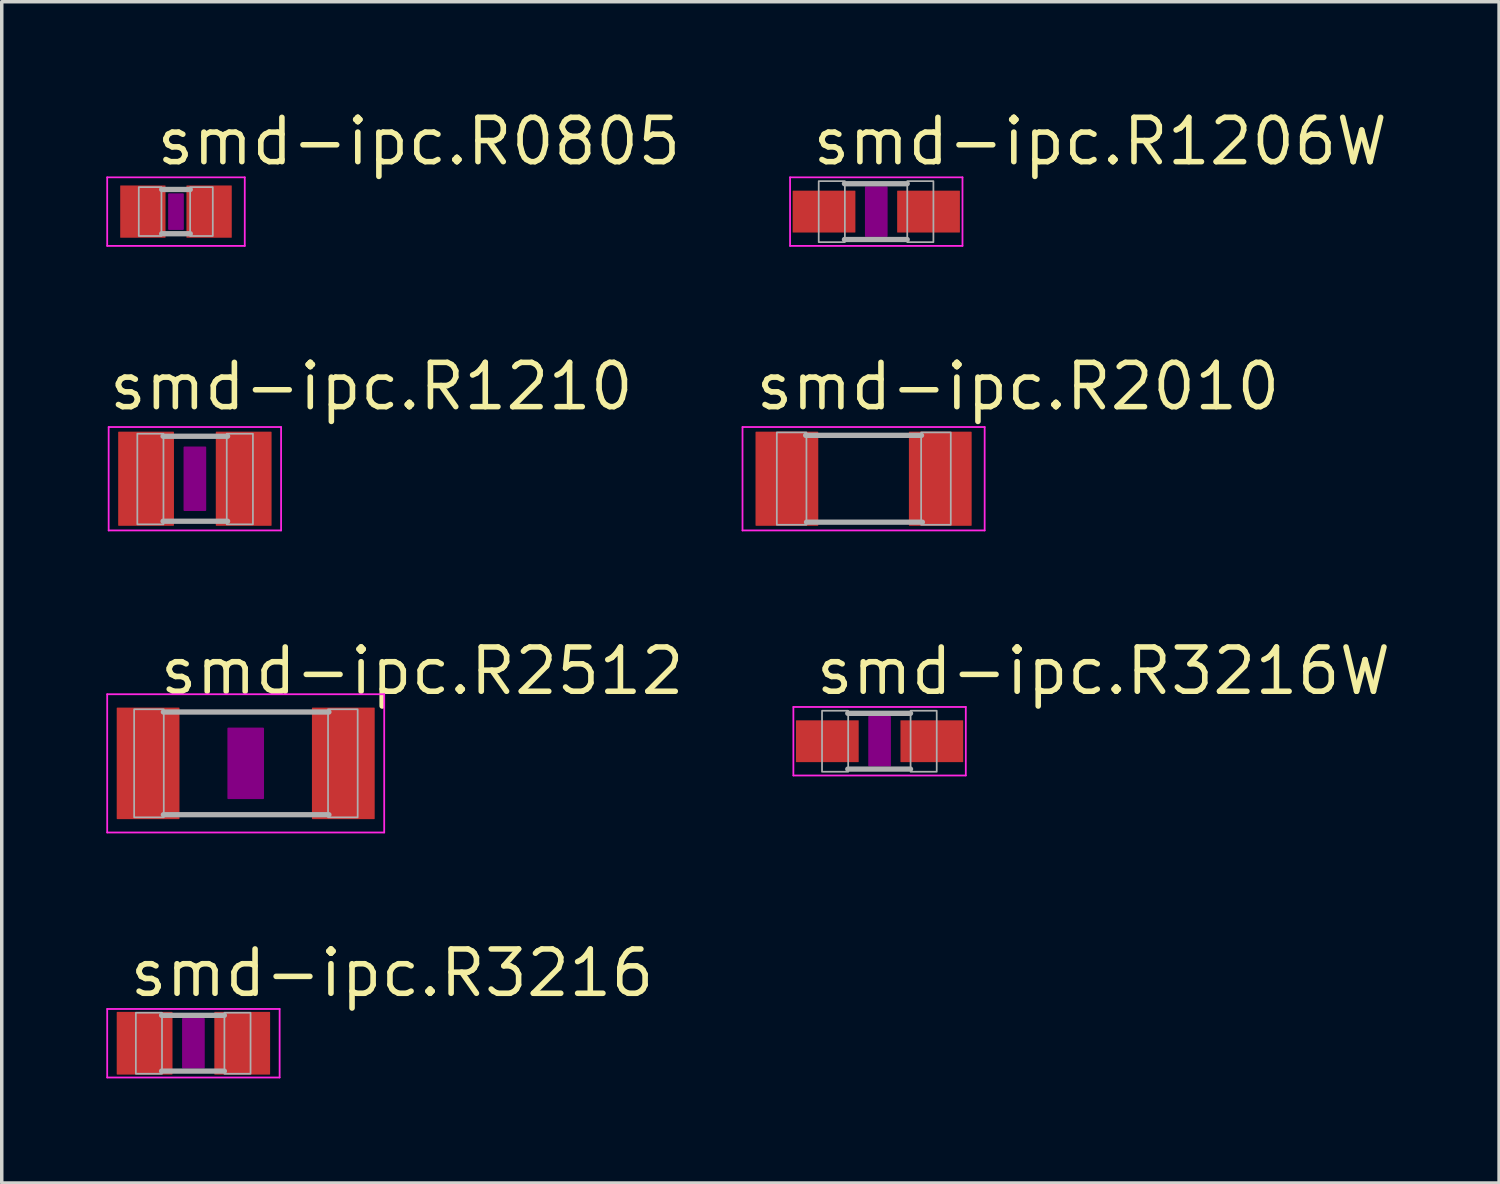
<source format=kicad_pcb>
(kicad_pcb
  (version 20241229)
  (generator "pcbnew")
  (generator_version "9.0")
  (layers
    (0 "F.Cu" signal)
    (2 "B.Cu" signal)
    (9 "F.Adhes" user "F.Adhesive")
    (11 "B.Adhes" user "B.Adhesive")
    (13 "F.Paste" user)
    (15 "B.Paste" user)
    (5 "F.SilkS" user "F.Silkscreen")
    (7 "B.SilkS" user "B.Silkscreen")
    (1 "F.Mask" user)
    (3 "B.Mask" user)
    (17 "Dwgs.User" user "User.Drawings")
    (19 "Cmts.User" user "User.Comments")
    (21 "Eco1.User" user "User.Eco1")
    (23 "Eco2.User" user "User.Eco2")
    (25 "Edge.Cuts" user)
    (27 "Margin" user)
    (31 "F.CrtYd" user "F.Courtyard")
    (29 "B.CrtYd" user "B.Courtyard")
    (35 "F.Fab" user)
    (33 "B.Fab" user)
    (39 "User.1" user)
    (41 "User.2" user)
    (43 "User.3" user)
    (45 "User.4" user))
  (footprint "smd-ipc.R2512"
    (layer "F.Cu")
    (at 3.998 18.847)
    (property "Reference" "smd-ipc.R2512" (at -2.54 -1.905 0) (layer "F.SilkS") (effects (font (size 1.27 1.27) (thickness 0.16)) (justify left bottom)))
    (attr smd)
    (fp_rect (start -0.5 1) (end 0.5 -1) (stroke (width 0.05) (type default)) (fill yes) (layer "F.Adhes"))
    (fp_line (start -3.973 -1.983) (end 3.973 -1.983) (stroke (width 0.051) (type default)) (layer "F.CrtYd"))
    (fp_line (start -3.973 1.983) (end -3.973 -1.983) (stroke (width 0.051) (type default)) (layer "F.CrtYd"))
    (fp_line (start 3.973 -1.983) (end 3.973 1.983) (stroke (width 0.051) (type default)) (layer "F.CrtYd"))
    (fp_line (start 3.973 1.983) (end -3.973 1.983) (stroke (width 0.051) (type default)) (layer "F.CrtYd"))
    (fp_line (start -2.362 -1.473) (end 2.387 -1.473) (stroke (width 0.152) (type default)) (layer "F.Fab"))
    (fp_line (start -2.362 1.473) (end 2.387 1.473) (stroke (width 0.152) (type default)) (layer "F.Fab"))
    (fp_rect (start -3.2 1.549) (end -2.35 -1.551) (stroke (width 0.05) (type default)) (fill no) (layer "F.Fab"))
    (fp_rect (start 2.362 1.549) (end 3.212 -1.551) (stroke (width 0.05) (type default)) (fill no) (layer "F.Fab"))
    (pad "1" smd roundrect (at -2.8 0) (size 1.8 3.2) (layers "F.Cu" "F.Mask" "F.Paste") (roundrect_rratio 0.01))
    (pad "2" smd roundrect (at 2.8 0) (size 1.8 3.2) (layers "F.Cu" "F.Mask" "F.Paste") (roundrect_rratio 0.01)))
  (footprint "smd-ipc.R0805"
    (layer "F.Cu")
    (at 1.998 3.02)
    (property "Reference" "smd-ipc.R0805" (at -0.635 -1.27 0) (layer "F.SilkS") (effects (font (size 1.27 1.27) (thickness 0.16)) (justify left bottom)))
    (attr smd)
    (fp_rect (start -0.2 0.5) (end 0.2 -0.5) (stroke (width 0.05) (type default)) (fill yes) (layer "F.Adhes"))
    (fp_line (start -1.973 -0.983) (end 1.973 -0.983) (stroke (width 0.051) (type default)) (layer "F.CrtYd"))
    (fp_line (start -1.973 0.983) (end -1.973 -0.983) (stroke (width 0.051) (type default)) (layer "F.CrtYd"))
    (fp_line (start 1.973 -0.983) (end 1.973 0.983) (stroke (width 0.051) (type default)) (layer "F.CrtYd"))
    (fp_line (start 1.973 0.983) (end -1.973 0.983) (stroke (width 0.051) (type default)) (layer "F.CrtYd"))
    (fp_line (start -0.41 -0.635) (end 0.41 -0.635) (stroke (width 0.152) (type default)) (layer "F.Fab"))
    (fp_line (start -0.41 0.635) (end 0.41 0.635) (stroke (width 0.152) (type default)) (layer "F.Fab"))
    (fp_rect (start -1.067 0.699) (end -0.417 -0.702) (stroke (width 0.05) (type default)) (fill no) (layer "F.Fab"))
    (fp_rect (start 0.406 0.699) (end 1.056 -0.702) (stroke (width 0.05) (type default)) (fill no) (layer "F.Fab"))
    (pad "1" smd roundrect (at -0.95 0) (size 1.3 1.5) (layers "F.Cu" "F.Mask" "F.Paste") (roundrect_rratio 0.01))
    (pad "2" smd roundrect (at 0.95 0) (size 1.3 1.5) (layers "F.Cu" "F.Mask" "F.Paste") (roundrect_rratio 0.01)))
  (footprint "smd-ipc.R2010"
    (layer "F.Cu")
    (at 21.722 10.683)
    (property "Reference" "smd-ipc.R2010" (at -3.175 -1.905 0) (layer "F.SilkS") (effects (font (size 1.27 1.27) (thickness 0.16)) (justify left bottom)))
    (attr smd)
    (fp_line (start -3.473 -1.483) (end 3.473 -1.483) (stroke (width 0.051) (type default)) (layer "F.CrtYd"))
    (fp_line (start -3.473 1.483) (end -3.473 -1.483) (stroke (width 0.051) (type default)) (layer "F.CrtYd"))
    (fp_line (start 3.473 -1.483) (end 3.473 1.483) (stroke (width 0.051) (type default)) (layer "F.CrtYd"))
    (fp_line (start 3.473 1.483) (end -3.473 1.483) (stroke (width 0.051) (type default)) (layer "F.CrtYd"))
    (fp_line (start -1.662 -1.245) (end 1.662 -1.245) (stroke (width 0.152) (type default)) (layer "F.Fab"))
    (fp_line (start -1.637 1.245) (end 1.687 1.245) (stroke (width 0.152) (type default)) (layer "F.Fab"))
    (fp_rect (start -2.489 1.321) (end -1.639 -1.329) (stroke (width 0.05) (type default)) (fill no) (layer "F.Fab"))
    (fp_rect (start 1.651 1.321) (end 2.501 -1.329) (stroke (width 0.05) (type default)) (fill no) (layer "F.Fab"))
    (pad "1" smd roundrect (at -2.2 0) (size 1.8 2.7) (layers "F.Cu" "F.Mask" "F.Paste") (roundrect_rratio 0.01))
    (pad "2" smd roundrect (at 2.2 0) (size 1.8 2.7) (layers "F.Cu" "F.Mask" "F.Paste") (roundrect_rratio 0.01)))
  (footprint "smd-ipc.R3216W"
    (layer "F.Cu")
    (at 22.181 18.212)
    (property "Reference" "smd-ipc.R3216W" (at -1.905 -1.27 0) (layer "F.SilkS") (effects (font (size 1.27 1.27) (thickness 0.16)) (justify left bottom)))
    (attr smd)
    (fp_rect (start -0.3 0.7) (end 0.3 -0.7) (stroke (width 0.05) (type default)) (fill yes) (layer "F.Adhes"))
    (fp_line (start -2.473 -0.983) (end 2.473 -0.983) (stroke (width 0.051) (type default)) (layer "F.CrtYd"))
    (fp_line (start -2.473 0.983) (end -2.473 -0.983) (stroke (width 0.051) (type default)) (layer "F.CrtYd"))
    (fp_line (start 2.473 -0.983) (end 2.473 0.983) (stroke (width 0.051) (type default)) (layer "F.CrtYd"))
    (fp_line (start 2.473 0.983) (end -2.473 0.983) (stroke (width 0.051) (type default)) (layer "F.CrtYd"))
    (fp_line (start -0.913 -0.8) (end 0.888 -0.8) (stroke (width 0.152) (type default)) (layer "F.Fab"))
    (fp_line (start -0.913 0.8) (end 0.888 0.8) (stroke (width 0.152) (type default)) (layer "F.Fab"))
    (fp_rect (start -1.651 0.876) (end -0.901 -0.874) (stroke (width 0.05) (type default)) (fill no) (layer "F.Fab"))
    (fp_rect (start 0.889 0.876) (end 1.639 -0.874) (stroke (width 0.05) (type default)) (fill no) (layer "F.Fab"))
    (pad "1" smd roundrect (at -1.499 0) (size 1.8 1.2) (layers "F.Cu" "F.Mask" "F.Paste") (roundrect_rratio 0.01))
    (pad "2" smd roundrect (at 1.499 0) (size 1.8 1.2) (layers "F.Cu" "F.Mask" "F.Paste") (roundrect_rratio 0.01)))
  (footprint "smd-ipc.R1210"
    (layer "F.Cu")
    (at 2.54 10.683)
    (property "Reference" "smd-ipc.R1210" (at -2.54 -1.905 0) (layer "F.SilkS") (effects (font (size 1.27 1.27) (thickness 0.16)) (justify left bottom)))
    (attr smd)
    (fp_rect (start -0.3 0.9) (end 0.3 -0.9) (stroke (width 0.05) (type default)) (fill yes) (layer "F.Adhes"))
    (fp_line (start -2.473 -1.483) (end 2.473 -1.483) (stroke (width 0.051) (type default)) (layer "F.CrtYd"))
    (fp_line (start -2.473 1.483) (end -2.473 -1.483) (stroke (width 0.051) (type default)) (layer "F.CrtYd"))
    (fp_line (start 2.473 -1.483) (end 2.473 1.483) (stroke (width 0.051) (type default)) (layer "F.CrtYd"))
    (fp_line (start 2.473 1.483) (end -2.473 1.483) (stroke (width 0.051) (type default)) (layer "F.CrtYd"))
    (fp_line (start -0.913 -1.219) (end 0.939 -1.219) (stroke (width 0.152) (type default)) (layer "F.Fab"))
    (fp_line (start -0.913 1.219) (end 0.939 1.219) (stroke (width 0.152) (type default)) (layer "F.Fab"))
    (fp_rect (start -1.651 1.308) (end -0.901 -1.292) (stroke (width 0.05) (type default)) (fill no) (layer "F.Fab"))
    (fp_rect (start 0.914 1.308) (end 1.665 -1.292) (stroke (width 0.05) (type default)) (fill no) (layer "F.Fab"))
    (pad "1" smd roundrect (at -1.4 0) (size 1.6 2.7) (layers "F.Cu" "F.Mask" "F.Paste") (roundrect_rratio 0.01))
    (pad "2" smd roundrect (at 1.4 0) (size 1.6 2.7) (layers "F.Cu" "F.Mask" "F.Paste") (roundrect_rratio 0.01)))
  (footprint "smd-ipc.R1206W"
    (layer "F.Cu")
    (at 22.086 3.02)
    (property "Reference" "smd-ipc.R1206W" (at -1.905 -1.27 0) (layer "F.SilkS") (effects (font (size 1.27 1.27) (thickness 0.16)) (justify left bottom)))
    (attr smd)
    (fp_rect (start -0.3 0.7) (end 0.3 -0.7) (stroke (width 0.05) (type default)) (fill yes) (layer "F.Adhes"))
    (fp_line (start -2.473 -0.983) (end 2.473 -0.983) (stroke (width 0.051) (type default)) (layer "F.CrtYd"))
    (fp_line (start -2.473 0.983) (end -2.473 -0.983) (stroke (width 0.051) (type default)) (layer "F.CrtYd"))
    (fp_line (start 2.473 -0.983) (end 2.473 0.983) (stroke (width 0.051) (type default)) (layer "F.CrtYd"))
    (fp_line (start 2.473 0.983) (end -2.473 0.983) (stroke (width 0.051) (type default)) (layer "F.CrtYd"))
    (fp_line (start -0.913 -0.8) (end 0.888 -0.8) (stroke (width 0.152) (type default)) (layer "F.Fab"))
    (fp_line (start -0.913 0.8) (end 0.888 0.8) (stroke (width 0.152) (type default)) (layer "F.Fab"))
    (fp_rect (start -1.651 0.876) (end -0.901 -0.874) (stroke (width 0.05) (type default)) (fill no) (layer "F.Fab"))
    (fp_rect (start 0.889 0.876) (end 1.639 -0.874) (stroke (width 0.05) (type default)) (fill no) (layer "F.Fab"))
    (pad "1" smd roundrect (at -1.499 0) (size 1.8 1.2) (layers "F.Cu" "F.Mask" "F.Paste") (roundrect_rratio 0.01))
    (pad "2" smd roundrect (at 1.499 0) (size 1.8 1.2) (layers "F.Cu" "F.Mask" "F.Paste") (roundrect_rratio 0.01)))
  (footprint "smd-ipc.R3216"
    (layer "F.Cu")
    (at 2.498 26.875)
    (property "Reference" "smd-ipc.R3216" (at -1.905 -1.27 0) (layer "F.SilkS") (effects (font (size 1.27 1.27) (thickness 0.16)) (justify left bottom)))
    (attr smd)
    (fp_rect (start -0.3 0.7) (end 0.3 -0.7) (stroke (width 0.05) (type default)) (fill yes) (layer "F.Adhes"))
    (fp_line (start -2.473 -0.983) (end 2.473 -0.983) (stroke (width 0.051) (type default)) (layer "F.CrtYd"))
    (fp_line (start -2.473 0.983) (end -2.473 -0.983) (stroke (width 0.051) (type default)) (layer "F.CrtYd"))
    (fp_line (start 2.473 -0.983) (end 2.473 0.983) (stroke (width 0.051) (type default)) (layer "F.CrtYd"))
    (fp_line (start 2.473 0.983) (end -2.473 0.983) (stroke (width 0.051) (type default)) (layer "F.CrtYd"))
    (fp_line (start -0.913 -0.8) (end 0.888 -0.8) (stroke (width 0.152) (type default)) (layer "F.Fab"))
    (fp_line (start -0.913 0.8) (end 0.888 0.8) (stroke (width 0.152) (type default)) (layer "F.Fab"))
    (fp_rect (start -1.651 0.876) (end -0.901 -0.874) (stroke (width 0.05) (type default)) (fill no) (layer "F.Fab"))
    (fp_rect (start 0.889 0.876) (end 1.639 -0.874) (stroke (width 0.05) (type default)) (fill no) (layer "F.Fab"))
    (pad "1" smd roundrect (at -1.4 0) (size 1.6 1.8) (layers "F.Cu" "F.Mask" "F.Paste") (roundrect_rratio 0.01))
    (pad "2" smd roundrect (at 1.4 0) (size 1.6 1.8) (layers "F.Cu" "F.Mask" "F.Paste") (roundrect_rratio 0.01)))
  (gr_rect
    (start -3 -3)
    (end 39.951 30.884)
    (stroke (width 0.1) (type default))
    (fill no)
    (layer "Edge.Cuts")))
</source>
